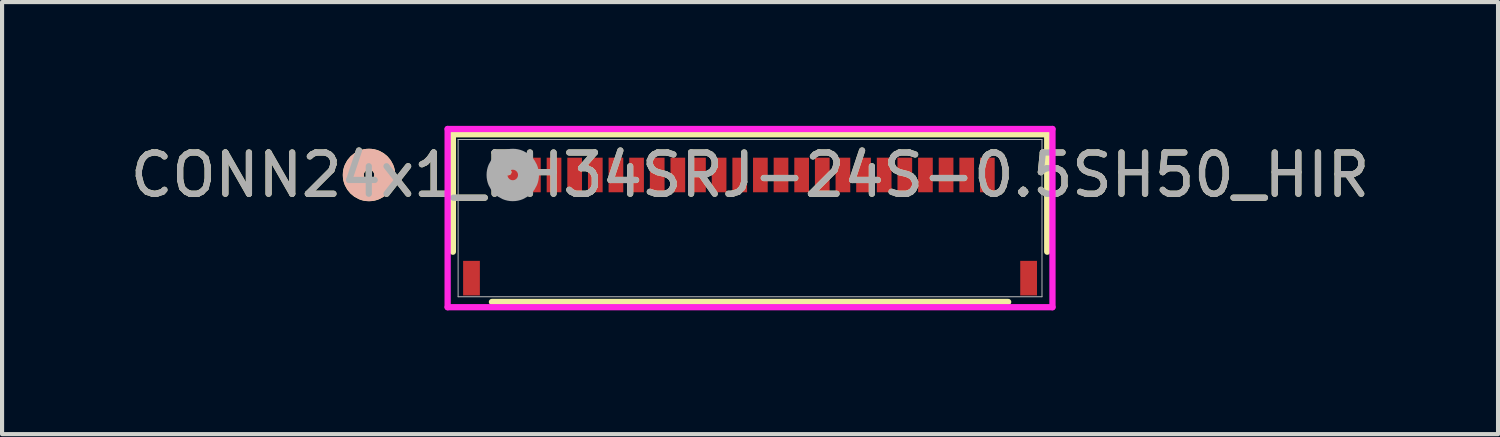
<source format=kicad_pcb>
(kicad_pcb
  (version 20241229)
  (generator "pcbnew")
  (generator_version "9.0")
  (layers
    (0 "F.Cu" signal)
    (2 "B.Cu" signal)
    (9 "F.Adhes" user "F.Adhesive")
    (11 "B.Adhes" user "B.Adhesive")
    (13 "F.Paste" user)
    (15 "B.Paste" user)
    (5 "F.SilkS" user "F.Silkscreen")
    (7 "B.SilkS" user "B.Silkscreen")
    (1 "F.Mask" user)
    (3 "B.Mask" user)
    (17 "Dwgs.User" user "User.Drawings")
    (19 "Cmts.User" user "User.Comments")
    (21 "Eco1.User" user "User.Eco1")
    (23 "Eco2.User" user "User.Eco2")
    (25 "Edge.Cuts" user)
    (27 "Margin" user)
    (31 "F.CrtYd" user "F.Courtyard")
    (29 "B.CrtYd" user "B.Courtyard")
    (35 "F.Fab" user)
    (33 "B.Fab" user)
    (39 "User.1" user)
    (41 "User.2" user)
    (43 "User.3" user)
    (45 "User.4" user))
  (footprint "CONN24x1_FH34SRJ-24S-0.5SH50_HIR"
    (layer "F.Cu")
    (at 15.125 2.235)
    (property "Reference" "CONN24x1_FH34SRJ-24S-0.5SH50_HIR" (at 0 -1.045 0) (unlocked yes) (layer "F.SilkS") (effects (font (size 1 1) (thickness 0.15))))
    (attr smd)
    (fp_line (start -7.201 -2.032) (end -7.201 0.814) (stroke (width 0.152) (type solid)) (layer "F.SilkS"))
    (fp_line (start -6.254 2.032) (end 6.254 2.032) (stroke (width 0.152) (type solid)) (layer "F.SilkS"))
    (fp_line (start 7.201 -2.032) (end -7.201 -2.032) (stroke (width 0.152) (type solid)) (layer "F.SilkS"))
    (fp_line (start 7.201 0.814) (end 7.201 -2.032) (stroke (width 0.152) (type solid)) (layer "F.SilkS"))
    (fp_circle (center -9.233 -1.045) (end -8.852 -1.045) (stroke (width 0.508) (type solid)) (fill no) (layer "F.SilkS"))
    (fp_circle (center -9.233 -1.045) (end -8.852 -1.045) (stroke (width 0.508) (type solid)) (fill no) (layer "B.SilkS"))
    (fp_line (start -7.328 -2.159) (end -7.328 2.159) (stroke (width 0.152) (type solid)) (layer "F.CrtYd"))
    (fp_line (start -7.328 2.159) (end 7.328 2.159) (stroke (width 0.152) (type solid)) (layer "F.CrtYd"))
    (fp_line (start 7.328 -2.159) (end -7.328 -2.159) (stroke (width 0.152) (type solid)) (layer "F.CrtYd"))
    (fp_line (start 7.328 2.159) (end 7.328 -2.159) (stroke (width 0.152) (type solid)) (layer "F.CrtYd"))
    (fp_line (start -7.074 -1.905) (end -7.074 1.905) (stroke (width 0.025) (type solid)) (layer "F.Fab"))
    (fp_line (start -7.074 1.905) (end 7.074 1.905) (stroke (width 0.025) (type solid)) (layer "F.Fab"))
    (fp_line (start 7.074 -1.905) (end -7.074 -1.905) (stroke (width 0.025) (type solid)) (layer "F.Fab"))
    (fp_line (start 7.074 1.905) (end 7.074 -1.905) (stroke (width 0.025) (type solid)) (layer "F.Fab"))
    (fp_circle (center -5.75 -1.045) (end -5.369 -1.045) (stroke (width 0.508) (type solid)) (fill no) (layer "F.Fab"))
    (fp_text user "${REFERENCE}" (at 0 -1.045 0) (unlocked yes) (layer "F.Fab") (effects (font (size 1 1) (thickness 0.15))))
    (pad "1" smd rect (at -5.75 -1.045) (size 0.356 0.838) (layers "F.Cu" "F.Mask" "F.Paste"))
    (pad "2" smd rect (at -5.25 -1.045) (size 0.356 0.838) (layers "F.Cu" "F.Mask" "F.Paste"))
    (pad "3" smd rect (at -4.75 -1.045) (size 0.356 0.838) (layers "F.Cu" "F.Mask" "F.Paste"))
    (pad "4" smd rect (at -4.25 -1.045) (size 0.356 0.838) (layers "F.Cu" "F.Mask" "F.Paste"))
    (pad "5" smd rect (at -3.75 -1.045) (size 0.356 0.838) (layers "F.Cu" "F.Mask" "F.Paste"))
    (pad "6" smd rect (at -3.25 -1.045) (size 0.356 0.838) (layers "F.Cu" "F.Mask" "F.Paste"))
    (pad "7" smd rect (at -2.75 -1.045) (size 0.356 0.838) (layers "F.Cu" "F.Mask" "F.Paste"))
    (pad "8" smd rect (at -2.25 -1.045) (size 0.356 0.838) (layers "F.Cu" "F.Mask" "F.Paste"))
    (pad "9" smd rect (at -1.75 -1.045) (size 0.356 0.838) (layers "F.Cu" "F.Mask" "F.Paste"))
    (pad "10" smd rect (at -1.25 -1.045) (size 0.356 0.838) (layers "F.Cu" "F.Mask" "F.Paste"))
    (pad "11" smd rect (at -0.75 -1.045) (size 0.356 0.838) (layers "F.Cu" "F.Mask" "F.Paste"))
    (pad "12" smd rect (at -0.25 -1.045) (size 0.356 0.838) (layers "F.Cu" "F.Mask" "F.Paste"))
    (pad "13" smd rect (at 0.25 -1.045) (size 0.356 0.838) (layers "F.Cu" "F.Mask" "F.Paste"))
    (pad "14" smd rect (at 0.75 -1.045) (size 0.356 0.838) (layers "F.Cu" "F.Mask" "F.Paste"))
    (pad "15" smd rect (at 1.25 -1.045) (size 0.356 0.838) (layers "F.Cu" "F.Mask" "F.Paste"))
    (pad "16" smd rect (at 1.75 -1.045) (size 0.356 0.838) (layers "F.Cu" "F.Mask" "F.Paste"))
    (pad "17" smd rect (at 2.25 -1.045) (size 0.356 0.838) (layers "F.Cu" "F.Mask" "F.Paste"))
    (pad "18" smd rect (at 2.75 -1.045) (size 0.356 0.838) (layers "F.Cu" "F.Mask" "F.Paste"))
    (pad "19" smd rect (at 3.25 -1.045) (size 0.356 0.838) (layers "F.Cu" "F.Mask" "F.Paste"))
    (pad "20" smd rect (at 3.75 -1.045) (size 0.356 0.838) (layers "F.Cu" "F.Mask" "F.Paste"))
    (pad "21" smd rect (at 4.25 -1.045) (size 0.356 0.838) (layers "F.Cu" "F.Mask" "F.Paste"))
    (pad "22" smd rect (at 4.75 -1.045) (size 0.356 0.838) (layers "F.Cu" "F.Mask" "F.Paste"))
    (pad "23" smd rect (at 5.25 -1.045) (size 0.356 0.838) (layers "F.Cu" "F.Mask" "F.Paste"))
    (pad "24" smd rect (at 5.75 -1.045) (size 0.356 0.838) (layers "F.Cu" "F.Mask" "F.Paste"))
    (pad "25" smd rect (at -6.75 1.455) (size 0.406 0.838) (layers "F.Cu" "F.Mask" "F.Paste"))
    (pad "26" smd rect (at 6.75 1.455) (size 0.406 0.838) (layers "F.Cu" "F.Mask" "F.Paste")))
  (gr_rect
    (start -3 -3)
    (end 33.25 7.47)
    (stroke (width 0.1) (type default))
    (fill no)
    (layer "Edge.Cuts")))
</source>
